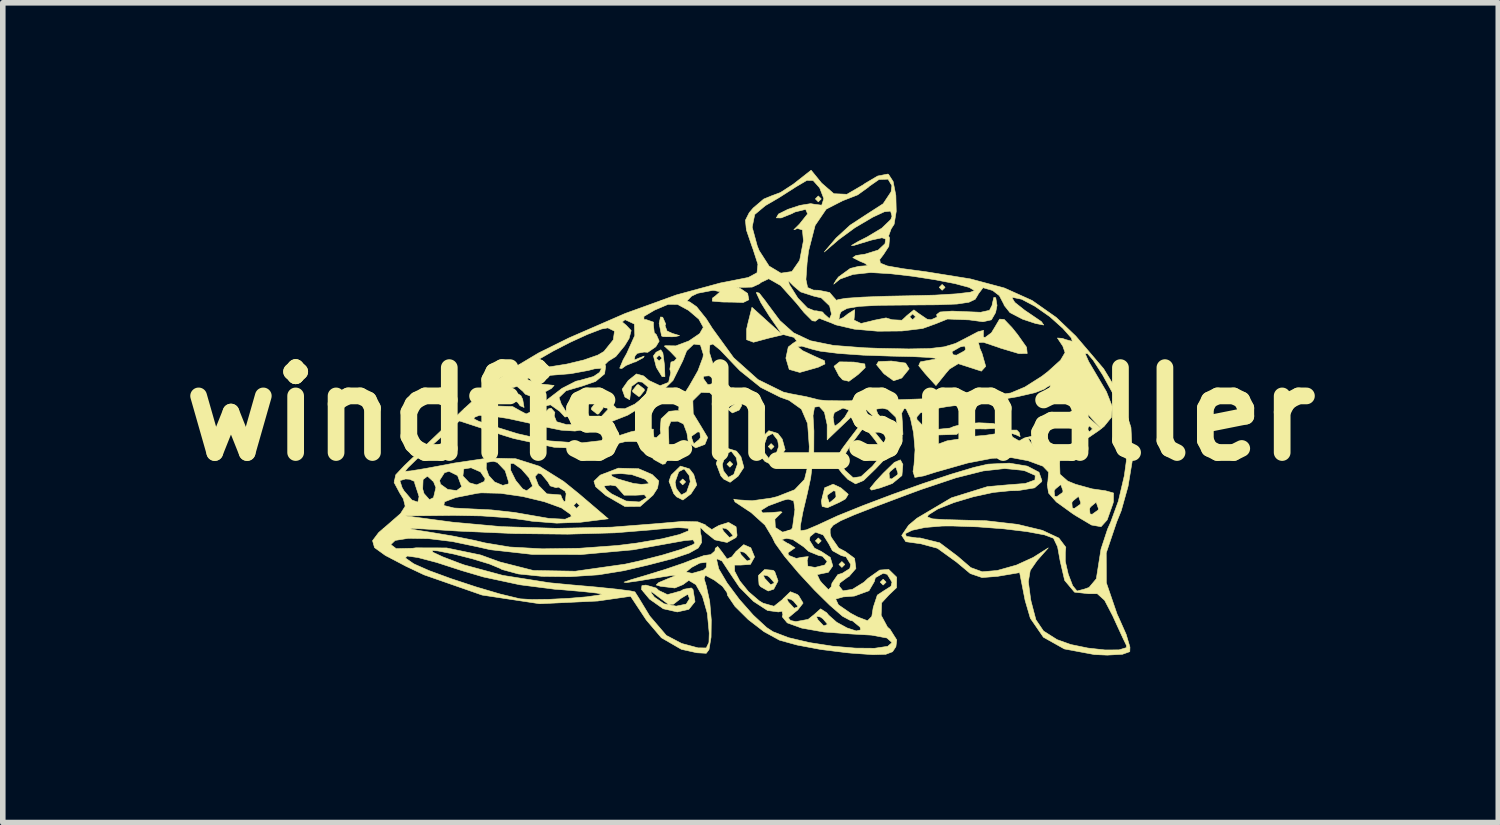
<source format=kicad_pcb>
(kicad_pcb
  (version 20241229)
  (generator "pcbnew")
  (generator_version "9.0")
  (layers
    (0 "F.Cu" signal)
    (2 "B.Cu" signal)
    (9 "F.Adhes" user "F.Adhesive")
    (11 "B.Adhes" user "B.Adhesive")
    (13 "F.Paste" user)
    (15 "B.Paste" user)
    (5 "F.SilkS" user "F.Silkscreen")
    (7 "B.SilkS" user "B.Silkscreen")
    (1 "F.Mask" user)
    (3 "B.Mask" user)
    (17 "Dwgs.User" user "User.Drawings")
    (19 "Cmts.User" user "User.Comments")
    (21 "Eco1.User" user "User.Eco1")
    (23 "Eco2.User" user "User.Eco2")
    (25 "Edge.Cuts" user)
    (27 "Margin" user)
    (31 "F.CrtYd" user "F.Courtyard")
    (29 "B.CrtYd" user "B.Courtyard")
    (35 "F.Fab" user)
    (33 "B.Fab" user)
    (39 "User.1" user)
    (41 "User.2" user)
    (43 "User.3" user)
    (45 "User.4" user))
  (footprint "windfisch_smaller"
    (layer "F.Cu")
    (at 10.421 4.383)
    (property "Reference" "windfisch_smaller" (at 0 0 180) (layer "F.SilkS") (effects (font (size 1.524 1.524) (thickness 0.3))))
    (attr through_hole)
    (fp_poly (pts (xy -1.164 1.217) (xy -1.217 1.27) (xy -1.27 1.217) (xy -1.217 1.164) (xy -1.164 1.217)) (stroke (width 0.01) (type solid)) (fill yes) (layer "F.SilkS"))
    (fp_poly (pts (xy -0.318 0.9) (xy -0.37 0.953) (xy -0.423 0.9) (xy -0.37 0.847) (xy -0.318 0.9)) (stroke (width 0.01) (type solid)) (fill yes) (layer "F.SilkS"))
    (fp_poly (pts (xy 0.423 0.582) (xy 0.37 0.635) (xy 0.318 0.582) (xy 0.37 0.529) (xy 0.423 0.582)) (stroke (width 0.01) (type solid)) (fill yes) (layer "F.SilkS"))
    (fp_poly (pts (xy 1.27 -3.863) (xy 1.217 -3.81) (xy 1.164 -3.863) (xy 1.217 -3.916) (xy 1.27 -3.863)) (stroke (width 0.01) (type solid)) (fill yes) (layer "F.SilkS"))
    (fp_poly (pts (xy 1.27 2.275) (xy 1.217 2.328) (xy 1.164 2.275) (xy 1.217 2.222) (xy 1.27 2.275)) (stroke (width 0.01) (type solid)) (fill yes) (layer "F.SilkS"))
    (fp_poly (pts (xy 1.693 2.699) (xy 1.64 2.752) (xy 1.587 2.699) (xy 1.64 2.646) (xy 1.693 2.699)) (stroke (width 0.01) (type solid)) (fill yes) (layer "F.SilkS"))
    (fp_poly (pts (xy 2.434 3.016) (xy 2.381 3.069) (xy 2.328 3.016) (xy 2.381 2.963) (xy 2.434 3.016)) (stroke (width 0.01) (type solid)) (fill yes) (layer "F.SilkS"))
    (fp_poly (pts (xy 3.281 0.476) (xy 3.228 0.529) (xy 3.175 0.476) (xy 3.228 0.423) (xy 3.281 0.476)) (stroke (width 0.01) (type solid)) (fill yes) (layer "F.SilkS"))
    (fp_poly (pts (xy 3.493 -2.275) (xy 3.44 -2.223) (xy 3.387 -2.275) (xy 3.44 -2.328) (xy 3.493 -2.275)) (stroke (width 0.01) (type solid)) (fill yes) (layer "F.SilkS"))
    (fp_poly (pts (xy -2.649 -0.131) (xy -2.646 -0.106) (xy -2.726 -0.003) (xy -2.752 0) (xy -2.854 -0.081) (xy -2.857 -0.106) (xy -2.777 -0.209) (xy -2.752 -0.212) (xy -2.649 -0.131)) (stroke (width 0.01) (type solid)) (fill yes) (layer "F.SilkS"))
    (fp_poly (pts (xy -1.908 -0.449) (xy -1.905 -0.423) (xy -1.986 -0.321) (xy -2.011 -0.318) (xy -2.114 -0.398) (xy -2.117 -0.423) (xy -2.036 -0.526) (xy -2.011 -0.529) (xy -1.908 -0.449)) (stroke (width 0.01) (type solid)) (fill yes) (layer "F.SilkS"))
    (fp_poly (pts (xy 1.855 -0.934) (xy 2.052 -0.9) (xy 2.059 -0.834) (xy 1.933 -0.712) (xy 1.767 -0.589) (xy 1.655 -0.615) (xy 1.588 -0.688) (xy 1.499 -0.859) (xy 1.598 -0.938) (xy 1.855 -0.934)) (stroke (width 0.01) (type solid)) (fill yes) (layer "F.SilkS"))
    (fp_poly (pts (xy -4.121 -0.331) (xy -4.089 -0.265) (xy -4.064 -0.119) (xy -4.136 -0.15) (xy -4.181 -0.213) (xy -4.314 -0.269) (xy -4.363 -0.25) (xy -4.427 -0.245) (xy -4.402 -0.301) (xy -4.256 -0.417) (xy -4.121 -0.331)) (stroke (width 0.01) (type solid)) (fill yes) (layer "F.SilkS"))
    (fp_poly (pts (xy 2.784 -0.916) (xy 2.848 -0.812) (xy 2.715 -0.648) (xy 2.569 -0.599) (xy 2.4 -0.721) (xy 2.381 -0.741) (xy 2.262 -0.887) (xy 2.297 -0.943) (xy 2.514 -0.952) (xy 2.524 -0.953) (xy 2.784 -0.916)) (stroke (width 0.01) (type solid)) (fill yes) (layer "F.SilkS"))
    (fp_poly (pts (xy -1.576 -1.739) (xy -1.522 -1.617) (xy -1.534 -1.588) (xy -1.498 -1.492) (xy -1.404 -1.449) (xy -1.273 -1.409) (xy -1.348 -1.392) (xy -1.402 -1.388) (xy -1.564 -1.39) (xy -1.596 -1.402) (xy -1.64 -1.629) (xy -1.615 -1.744) (xy -1.576 -1.739)) (stroke (width 0.01) (type solid)) (fill yes) (layer "F.SilkS"))
    (fp_poly (pts (xy -1.573 -1.099) (xy -1.546 -0.894) (xy -1.543 -0.873) (xy -1.536 -0.672) (xy -1.587 -0.672) (xy -1.69 -0.84) (xy -1.732 -1.005) (xy -1.693 -1.005) (xy -1.64 -0.953) (xy -1.587 -1.005) (xy -1.64 -1.058) (xy -1.693 -1.005) (xy -1.732 -1.005) (xy -1.742 -1.046) (xy -1.694 -1.111) (xy -1.61 -1.154) (xy -1.573 -1.099)) (stroke (width 0.01) (type solid)) (fill yes) (layer "F.SilkS"))
    (fp_poly (pts (xy 0.406 2.803) (xy 0.435 2.827) (xy 0.495 2.994) (xy 0.417 3.142) (xy 0.318 3.175) (xy 0.182 3.098) (xy 0.153 3.06) (xy 0.141 2.899) (xy 0.152 2.888) (xy 0.229 2.888) (xy 0.254 2.947) (xy 0.361 3.061) (xy 0.422 3.037) (xy 0.423 3.022) (xy 0.348 2.933) (xy 0.301 2.9) (xy 0.229 2.888) (xy 0.152 2.888) (xy 0.253 2.79) (xy 0.406 2.803)) (stroke (width 0.01) (type solid)) (fill yes) (layer "F.SilkS"))
    (fp_poly (pts (xy 5.699 -0.258) (xy 5.874 -0.106) (xy 6.294 0.262) (xy 6.255 0.293) (xy 6.054 0.43) (xy 5.976 0.438) (xy 5.977 0.34) (xy 5.959 0.265) (xy 6.032 0.265) (xy 6.085 0.318) (xy 6.138 0.265) (xy 6.085 0.212) (xy 6.032 0.265) (xy 5.959 0.265) (xy 5.931 0.149) (xy 5.779 -0.098) (xy 5.729 -0.159) (xy 5.588 -0.323) (xy 5.575 -0.358) (xy 5.699 -0.258)) (stroke (width 0.01) (type solid)) (fill yes) (layer "F.SilkS"))
    (fp_poly (pts (xy 1.623 1.324) (xy 1.755 1.439) (xy 1.706 1.521) (xy 1.603 1.579) (xy 1.381 1.68) (xy 1.286 1.657) (xy 1.272 1.561) (xy 1.291 1.482) (xy 1.376 1.482) (xy 1.412 1.585) (xy 1.423 1.587) (xy 1.513 1.513) (xy 1.535 1.482) (xy 1.526 1.384) (xy 1.488 1.376) (xy 1.38 1.453) (xy 1.376 1.482) (xy 1.291 1.482) (xy 1.331 1.322) (xy 1.483 1.258) (xy 1.623 1.324)) (stroke (width 0.01) (type solid)) (fill yes) (layer "F.SilkS"))
    (fp_poly (pts (xy -1.097 0.982) (xy -1.019 1.083) (xy -0.965 1.273) (xy -1.069 1.432) (xy -1.213 1.542) (xy -1.327 1.485) (xy -1.379 1.425) (xy -1.457 1.22) (xy -1.353 1.22) (xy -1.333 1.333) (xy -1.243 1.451) (xy -1.147 1.401) (xy -1.081 1.214) (xy -1.101 1.101) (xy -1.191 0.983) (xy -1.288 1.034) (xy -1.353 1.22) (xy -1.457 1.22) (xy -1.463 1.205) (xy -1.423 1.094) (xy -1.258 0.933) (xy -1.097 0.982)) (stroke (width 0.01) (type solid)) (fill yes) (layer "F.SilkS"))
    (fp_poly (pts (xy -0.251 0.665) (xy -0.172 0.765) (xy -0.119 0.956) (xy -0.223 1.115) (xy -0.366 1.224) (xy -0.48 1.167) (xy -0.532 1.108) (xy -0.61 0.902) (xy -0.506 0.902) (xy -0.487 1.016) (xy -0.396 1.134) (xy -0.3 1.083) (xy -0.234 0.897) (xy -0.254 0.783) (xy -0.345 0.665) (xy -0.441 0.716) (xy -0.506 0.902) (xy -0.61 0.902) (xy -0.616 0.888) (xy -0.576 0.777) (xy -0.411 0.615) (xy -0.251 0.665)) (stroke (width 0.01) (type solid)) (fill yes) (layer "F.SilkS"))
    (fp_poly (pts (xy 0.49 0.347) (xy 0.569 0.448) (xy 0.622 0.638) (xy 0.518 0.797) (xy 0.375 0.907) (xy 0.261 0.85) (xy 0.209 0.79) (xy 0.13 0.585) (xy 0.234 0.585) (xy 0.254 0.699) (xy 0.345 0.816) (xy 0.441 0.766) (xy 0.506 0.579) (xy 0.487 0.466) (xy 0.396 0.348) (xy 0.3 0.399) (xy 0.234 0.585) (xy 0.13 0.585) (xy 0.125 0.57) (xy 0.165 0.459) (xy 0.329 0.298) (xy 0.49 0.347)) (stroke (width 0.01) (type solid)) (fill yes) (layer "F.SilkS"))
    (fp_poly (pts (xy 2.735 0.903) (xy 2.718 1.103) (xy 2.546 1.245) (xy 2.328 1.324) (xy 2.172 1.364) (xy 2.143 1.335) (xy 2.249 1.205) (xy 2.381 1.063) (xy 2.386 1.058) (xy 2.487 1.058) (xy 2.495 1.156) (xy 2.534 1.164) (xy 2.642 1.087) (xy 2.646 1.058) (xy 2.61 0.955) (xy 2.599 0.953) (xy 2.509 1.027) (xy 2.487 1.058) (xy 2.386 1.058) (xy 2.583 0.866) (xy 2.69 0.821) (xy 2.735 0.903)) (stroke (width 0.01) (type solid)) (fill yes) (layer "F.SilkS"))
    (fp_poly (pts (xy 2.285 0.391) (xy 2.524 0.688) (xy 2.248 0.979) (xy 2.03 1.191) (xy 1.886 1.252) (xy 1.749 1.172) (xy 1.646 1.065) (xy 1.548 0.936) (xy 1.651 0.936) (xy 1.699 1.012) (xy 1.843 1.142) (xy 1.983 1.122) (xy 2.181 0.942) (xy 2.196 0.926) (xy 2.342 0.748) (xy 2.346 0.62) (xy 2.229 0.457) (xy 2.041 0.225) (xy 1.806 0.542) (xy 1.66 0.779) (xy 1.651 0.936) (xy 1.548 0.936) (xy 1.541 0.928) (xy 1.536 0.803) (xy 1.645 0.622) (xy 1.753 0.476) (xy 2.046 0.093) (xy 2.285 0.391)) (stroke (width 0.01) (type solid)) (fill yes) (layer "F.SilkS"))
    (fp_poly (pts (xy -1.692 3.122) (xy -1.646 3.166) (xy -1.49 3.24) (xy -1.25 3.174) (xy -1.198 3.144) (xy -1.062 3.12) (xy -1.032 3.147) (xy -0.996 3.366) (xy -1.107 3.504) (xy -1.314 3.551) (xy -1.566 3.494) (xy -1.809 3.323) (xy -1.815 3.317) (xy -1.93 3.179) (xy -1.787 3.179) (xy -1.779 3.214) (xy -1.724 3.286) (xy -1.553 3.404) (xy -1.335 3.447) (xy -1.154 3.41) (xy -1.094 3.314) (xy -1.125 3.232) (xy -1.251 3.309) (xy -1.384 3.413) (xy -1.476 3.412) (xy -1.63 3.297) (xy -1.651 3.281) (xy -1.787 3.179) (xy -1.93 3.179) (xy -1.957 3.147) (xy -1.949 3.078) (xy -1.877 3.069) (xy -1.692 3.122)) (stroke (width 0.01) (type solid)) (fill yes) (layer "F.SilkS"))
    (fp_poly (pts (xy -2.009 0.98) (xy -1.764 1.085) (xy -1.646 1.2) (xy -1.668 1.328) (xy -1.75 1.455) (xy -1.979 1.656) (xy -2.254 1.659) (xy -2.591 1.464) (xy -2.592 1.464) (xy -2.778 1.304) (xy -2.783 1.29) (xy -2.632 1.29) (xy -2.584 1.361) (xy -2.493 1.432) (xy -2.235 1.56) (xy -1.994 1.577) (xy -1.862 1.497) (xy -1.905 1.447) (xy -2.067 1.456) (xy -2.268 1.455) (xy -2.328 1.388) (xy -2.415 1.29) (xy -2.514 1.273) (xy -2.632 1.29) (xy -2.783 1.29) (xy -2.81 1.205) (xy -2.705 1.103) (xy -2.692 1.093) (xy -2.655 1.079) (xy -2.505 1.079) (xy -2.483 1.118) (xy -2.381 1.164) (xy -2.103 1.244) (xy -1.958 1.261) (xy -1.819 1.249) (xy -1.876 1.183) (xy -1.905 1.164) (xy -2.133 1.085) (xy -2.328 1.067) (xy -2.505 1.079) (xy -2.655 1.079) (xy -2.372 0.97) (xy -2.009 0.98)) (stroke (width 0.01) (type solid)) (fill yes) (layer "F.SilkS"))
    (fp_poly (pts (xy 0.156 -2.172) (xy 0.275 -2.02) (xy 0.294 -1.992) (xy 0.528 -1.678) (xy 0.773 -1.459) (xy 1.076 -1.317) (xy 1.482 -1.234) (xy 2.036 -1.191) (xy 2.301 -1.181) (xy 2.839 -1.17) (xy 3.215 -1.177) (xy 3.479 -1.208) (xy 3.681 -1.269) (xy 3.87 -1.366) (xy 3.871 -1.367) (xy 4.085 -1.479) (xy 4.184 -1.503) (xy 4.181 -1.482) (xy 4.179 -1.384) (xy 4.211 -1.376) (xy 4.325 -1.46) (xy 4.402 -1.588) (xy 4.471 -1.705) (xy 4.554 -1.699) (xy 4.695 -1.551) (xy 4.793 -1.429) (xy 4.955 -1.2) (xy 4.967 -1.088) (xy 4.817 -1.086) (xy 4.492 -1.183) (xy 4.428 -1.206) (xy 4.181 -1.289) (xy 4.091 -1.284) (xy 4.119 -1.174) (xy 4.154 -1.095) (xy 4.222 -0.857) (xy 4.144 -0.771) (xy 3.925 -0.842) (xy 3.92 -0.844) (xy 3.729 -0.905) (xy 3.573 -0.81) (xy 3.512 -0.739) (xy 3.329 -0.512) (xy 3.136 -0.725) (xy 3.019 -0.87) (xy 3.049 -0.938) (xy 3.256 -0.976) (xy 3.298 -0.981) (xy 3.345 -1) (xy 3.207 -1.017) (xy 2.912 -1.032) (xy 2.52 -1.041) (xy 2.023 -1.058) (xy 1.58 -1.089) (xy 1.339 -1.119) (xy 3.614 -1.119) (xy 3.639 -1.064) (xy 3.698 -1.058) (xy 3.841 -1.135) (xy 3.862 -1.163) (xy 3.845 -1.223) (xy 3.763 -1.205) (xy 3.614 -1.119) (xy 1.339 -1.119) (xy 1.25 -1.13) (xy 1.118 -1.162) (xy 0.922 -1.22) (xy 0.847 -1.212) (xy 0.933 -1.14) (xy 1.138 -1.044) (xy 1.329 -0.958) (xy 1.337 -0.9) (xy 1.217 -0.842) (xy 0.885 -0.748) (xy 0.695 -0.802) (xy 0.635 -1.005) (xy 0.678 -1.204) (xy 0.762 -1.27) (xy 0.83 -1.313) (xy 0.782 -1.377) (xy 0.591 -1.427) (xy 0.332 -1.365) (xy 0.053 -1.29) (xy -0.07 -1.336) (xy -0.07 -1.525) (xy -0.045 -1.634) (xy 0.026 -1.917) (xy 0.296 -1.673) (xy 0.567 -1.429) (xy 0.336 -1.763) (xy 0.187 -2) (xy 0.11 -2.166) (xy 0.107 -2.186) (xy 0.156 -2.172)) (stroke (width 0.01) (type solid)) (fill yes) (layer "F.SilkS"))
    (fp_poly (pts (xy 1.276 -4.147) (xy 1.496 -3.956) (xy 1.731 -3.946) (xy 2.027 -4.118) (xy 2.053 -4.138) (xy 2.283 -4.274) (xy 2.465 -4.309) (xy 2.476 -4.305) (xy 2.56 -4.176) (xy 2.609 -3.925) (xy 2.616 -3.64) (xy 2.578 -3.408) (xy 2.524 -3.324) (xy 2.479 -3.199) (xy 2.496 -3.161) (xy 2.483 -3.012) (xy 2.388 -2.865) (xy 2.319 -2.774) (xy 2.331 -2.71) (xy 2.455 -2.66) (xy 2.725 -2.612) (xy 3.172 -2.552) (xy 3.176 -2.551) (xy 3.947 -2.427) (xy 4.556 -2.264) (xy 5.054 -2.04) (xy 5.488 -1.735) (xy 5.839 -1.4) (xy 6.338 -0.815) (xy 6.663 -0.281) (xy 6.829 0.241) (xy 6.856 0.787) (xy 6.85 0.854) (xy 6.777 1.296) (xy 6.654 1.735) (xy 6.572 1.937) (xy 6.385 2.492) (xy 6.387 3.027) (xy 6.581 3.593) (xy 6.609 3.652) (xy 6.743 3.954) (xy 6.811 4.183) (xy 6.808 4.264) (xy 6.676 4.311) (xy 6.404 4.326) (xy 6.173 4.316) (xy 5.633 4.215) (xy 5.258 4.005) (xy 5.023 3.664) (xy 4.929 3.344) (xy 4.831 2.845) (xy 4.434 2.912) (xy 4.156 2.934) (xy 3.945 2.862) (xy 3.702 2.659) (xy 3.696 2.654) (xy 3.355 2.408) (xy 3.06 2.328) (xy 2.788 2.29) (xy 2.714 2.177) (xy 2.736 2.145) (xy 2.779 2.145) (xy 2.797 2.195) (xy 2.985 2.222) (xy 3.044 2.223) (xy 3.396 2.31) (xy 3.714 2.549) (xy 3.954 2.755) (xy 4.16 2.83) (xy 4.427 2.807) (xy 4.432 2.806) (xy 4.773 2.71) (xy 5.071 2.574) (xy 5.08 2.569) (xy 5.345 2.401) (xy 5.142 2.631) (xy 5.021 2.806) (xy 4.987 3.008) (xy 5.028 3.32) (xy 5.036 3.361) (xy 5.123 3.692) (xy 5.259 3.893) (xy 5.498 4.045) (xy 5.503 4.048) (xy 5.75 4.136) (xy 6.056 4.199) (xy 6.363 4.233) (xy 6.613 4.232) (xy 6.746 4.192) (xy 6.749 4.154) (xy 6.683 4.017) (xy 6.565 3.761) (xy 6.502 3.622) (xy 6.356 3.342) (xy 6.225 3.224) (xy 6.071 3.224) (xy 5.816 3.196) (xy 5.639 2.985) (xy 5.559 2.641) (xy 5.512 2.382) (xy 5.439 2.228) (xy 5.279 2.168) (xy 4.962 2.109) (xy 4.544 2.059) (xy 4.08 2.024) (xy 3.626 2.008) (xy 3.44 2.009) (xy 3.131 2.035) (xy 2.901 2.085) (xy 2.779 2.145) (xy 2.736 2.145) (xy 2.838 1.995) (xy 2.988 1.869) (xy 3.606 1.503) (xy 4.251 1.302) (xy 4.61 1.27) (xy 4.932 1.245) (xy 5.105 1.182) (xy 5.111 1.1) (xy 4.93 1.02) (xy 4.878 1.008) (xy 4.562 0.977) (xy 4.178 1.02) (xy 3.689 1.143) (xy 3.06 1.354) (xy 2.805 1.448) (xy 2.25 1.657) (xy 1.864 1.807) (xy 1.618 1.914) (xy 1.483 1.995) (xy 1.43 2.064) (xy 1.43 2.139) (xy 1.447 2.207) (xy 1.583 2.404) (xy 1.703 2.467) (xy 1.868 2.589) (xy 1.892 2.771) (xy 1.766 2.917) (xy 1.746 2.925) (xy 1.606 3.029) (xy 1.587 3.08) (xy 1.659 3.172) (xy 1.83 3.145) (xy 2.037 3.017) (xy 2.107 2.95) (xy 2.32 2.799) (xy 2.481 2.788) (xy 2.624 2.928) (xy 2.621 3.116) (xy 2.487 3.243) (xy 2.354 3.387) (xy 2.345 3.611) (xy 2.459 3.823) (xy 2.504 3.862) (xy 2.625 4.054) (xy 2.61 4.174) (xy 2.55 4.265) (xy 2.429 4.311) (xy 2.2 4.318) (xy 1.815 4.291) (xy 1.72 4.282) (xy 1.263 4.225) (xy 0.837 4.145) (xy 0.528 4.06) (xy 0.514 4.054) (xy 0.242 3.905) (xy -0.041 3.687) (xy -0.278 3.452) (xy -0.412 3.254) (xy -0.423 3.201) (xy -0.503 3.09) (xy -0.65 2.979) (xy -0.81 2.893) (xy -0.833 2.954) (xy -0.793 3.085) (xy -0.732 3.365) (xy -0.704 3.694) (xy -0.708 4.005) (xy -0.745 4.227) (xy -0.794 4.293) (xy -0.961 4.284) (xy -1.223 4.226) (xy -1.244 4.22) (xy -1.6 4.014) (xy -1.87 3.696) (xy -2.152 3.27) (xy -2.743 3.355) (xy -3.784 3.404) (xy -4.818 3.248) (xy -5.859 2.885) (xy -6.184 2.731) (xy -6.469 2.581) (xy -6.196 2.581) (xy -6.052 2.682) (xy -6.03 2.694) (xy -5.767 2.81) (xy -5.374 2.954) (xy -4.925 3.102) (xy -4.495 3.229) (xy -4.159 3.31) (xy -4.128 3.316) (xy -3.921 3.328) (xy -3.606 3.324) (xy -3.254 3.306) (xy -2.935 3.279) (xy -2.719 3.248) (xy -2.67 3.231) (xy -2.754 3.213) (xy -3.002 3.186) (xy -3.368 3.154) (xy -3.517 3.143) (xy -4.142 3.063) (xy -4.794 2.923) (xy -5.178 2.81) (xy -5.632 2.663) (xy -5.966 2.575) (xy -6.16 2.547) (xy -6.196 2.581) (xy -6.469 2.581) (xy -6.554 2.537) (xy -6.749 2.396) (xy -6.764 2.342) (xy -6.456 2.342) (xy -6.359 2.415) (xy -6.066 2.408) (xy -6.006 2.4) (xy -5.455 2.402) (xy -4.843 2.529) (xy -4.498 2.654) (xy -3.896 2.807) (xy -3.144 2.82) (xy -2.25 2.693) (xy -1.998 2.637) (xy -1.577 2.529) (xy -1.239 2.426) (xy -1.034 2.343) (xy -0.997 2.315) (xy -1.031 2.257) (xy -1.182 2.27) (xy -2.108 2.436) (xy -3.037 2.52) (xy -3.91 2.519) (xy -4.669 2.434) (xy -4.904 2.381) (xy -5.353 2.287) (xy -5.78 2.235) (xy -6.137 2.229) (xy -6.378 2.267) (xy -6.456 2.342) (xy -6.764 2.342) (xy -6.784 2.272) (xy -6.675 2.127) (xy -6.599 2.061) (xy -6.103 2.061) (xy -5.944 2.09) (xy -5.768 2.117) (xy -5.35 2.187) (xy -4.956 2.266) (xy -4.763 2.312) (xy -4.323 2.385) (xy -3.738 2.418) (xy -3.071 2.408) (xy -2.385 2.358) (xy -2.042 2.315) (xy -1.588 2.238) (xy -1.274 2.161) (xy -1.113 2.095) (xy -1.116 2.05) (xy -1.296 2.037) (xy -1.667 2.066) (xy -1.746 2.075) (xy -2.435 2.131) (xy -3.281 2.155) (xy -4.233 2.144) (xy -5.239 2.1) (xy -5.45 2.087) (xy -5.866 2.061) (xy -6.08 2.052) (xy -6.103 2.061) (xy -6.599 2.061) (xy -6.508 1.983) (xy -6.282 1.786) (xy -6.198 1.653) (xy -6.201 1.64) (xy -5.505 1.64) (xy -5.323 1.685) (xy -5.08 1.698) (xy -4.654 1.719) (xy -4.236 1.765) (xy -4.075 1.793) (xy -3.618 1.872) (xy -3.327 1.887) (xy -3.217 1.838) (xy -3.227 1.801) (xy -3.392 1.684) (xy -3.512 1.64) (xy -3.175 1.64) (xy -3.122 1.693) (xy -3.069 1.64) (xy -3.122 1.587) (xy -3.175 1.64) (xy -3.512 1.64) (xy -3.702 1.572) (xy -4.089 1.479) (xy -4.489 1.421) (xy -4.832 1.413) (xy -4.905 1.421) (xy -5.289 1.497) (xy -5.492 1.574) (xy -5.505 1.64) (xy -6.201 1.64) (xy -6.231 1.521) (xy -6.296 1.416) (xy -6.397 1.227) (xy -6.39 1.194) (xy -6.294 1.194) (xy -6.254 1.318) (xy -6.22 1.376) (xy -6.078 1.542) (xy -5.971 1.58) (xy -5.949 1.482) (xy -5.968 1.42) (xy -5.993 1.344) (xy -5.884 1.344) (xy -5.86 1.426) (xy -5.763 1.535) (xy -5.69 1.499) (xy -5.647 1.319) (xy -5.689 1.214) (xy -5.716 1.189) (xy -5.581 1.189) (xy -5.564 1.258) (xy -5.434 1.352) (xy -5.274 1.372) (xy -5.188 1.307) (xy -5.187 1.296) (xy -5.255 1.111) (xy -5.162 1.111) (xy -5.047 1.232) (xy -4.915 1.27) (xy -4.778 1.209) (xy -4.763 1.161) (xy -4.845 1.038) (xy -4.988 0.975) (xy -4.744 0.975) (xy -4.698 1.103) (xy -4.594 1.218) (xy -4.446 1.279) (xy -4.346 1.253) (xy -4.339 1.226) (xy -4.403 1.016) (xy -4.527 0.885) (xy -4.307 0.885) (xy -4.305 1.008) (xy -4.214 1.191) (xy -4.09 1.341) (xy -4.018 1.376) (xy -3.918 1.299) (xy -3.916 1.278) (xy -3.977 1.14) (xy -3.993 1.122) (xy -3.867 1.122) (xy -3.806 1.278) (xy -3.656 1.431) (xy -3.537 1.44) (xy -3.406 1.451) (xy -3.387 1.503) (xy -3.347 1.574) (xy -3.323 1.559) (xy -3.309 1.426) (xy -3.33 1.381) (xy -3.45 1.309) (xy -3.489 1.321) (xy -3.595 1.288) (xy -3.637 1.216) (xy -3.751 1.077) (xy -3.81 1.058) (xy -3.867 1.122) (xy -3.993 1.122) (xy -4.113 0.985) (xy -4.251 0.886) (xy -4.307 0.885) (xy -4.527 0.885) (xy -4.545 0.867) (xy -4.615 0.847) (xy -4.74 0.867) (xy -4.744 0.975) (xy -4.988 0.975) (xy -5.015 0.963) (xy -5.148 0.985) (xy -5.162 1.111) (xy -5.255 1.111) (xy -5.258 1.103) (xy -5.411 1.027) (xy -5.493 1.052) (xy -5.581 1.189) (xy -5.716 1.189) (xy -5.798 1.114) (xy -5.877 1.174) (xy -5.884 1.344) (xy -5.993 1.344) (xy -6.024 1.251) (xy -6.032 1.208) (xy -6.119 1.169) (xy -6.192 1.164) (xy -6.294 1.194) (xy -6.39 1.194) (xy -6.368 1.09) (xy -6.31 1.028) (xy -6.201 1.028) (xy -6.096 1.019) (xy -5.834 0.976) (xy -5.462 0.907) (xy -5.313 0.878) (xy -4.701 0.788) (xy -4.214 0.801) (xy -3.788 0.936) (xy -3.354 1.208) (xy -3.076 1.433) (xy -2.553 1.879) (xy -3.049 1.941) (xy -3.479 1.957) (xy -3.926 1.922) (xy -4.022 1.905) (xy -4.367 1.859) (xy -4.828 1.827) (xy -5.31 1.818) (xy -5.345 1.818) (xy -6.191 1.827) (xy -5.345 1.94) (xy -4.467 2.02) (xy -3.483 2.05) (xy -2.493 2.029) (xy -1.682 1.966) (xy -1.227 1.927) (xy -0.948 1.933) (xy -0.812 1.986) (xy -0.799 2.002) (xy -0.695 2.072) (xy -0.641 2.041) (xy -0.512 2.041) (xy -0.486 2.1) (xy -0.38 2.214) (xy -0.319 2.191) (xy -0.318 2.176) (xy -0.393 2.086) (xy -0.44 2.054) (xy -0.512 2.041) (xy -0.641 2.041) (xy -0.568 1.999) (xy -0.394 1.944) (xy -0.259 2.022) (xy -0.241 2.177) (xy -0.261 2.216) (xy -0.42 2.304) (xy -0.64 2.257) (xy -0.815 2.117) (xy -0.903 2.027) (xy -0.901 2.117) (xy -0.885 2.185) (xy -0.877 2.304) (xy -0.939 2.404) (xy -1.101 2.495) (xy -1.391 2.593) (xy -1.839 2.709) (xy -2.275 2.811) (xy -2.732 2.885) (xy -3.241 2.918) (xy -3.74 2.912) (xy -4.167 2.869) (xy -4.46 2.789) (xy -4.498 2.768) (xy -4.683 2.691) (xy -4.988 2.598) (xy -5.326 2.512) (xy -5.609 2.456) (xy -5.715 2.447) (xy -5.702 2.479) (xy -5.524 2.562) (xy -5.218 2.679) (xy -5.133 2.709) (xy -4.445 2.895) (xy -3.61 3.027) (xy -3.247 3.062) (xy -2.78 3.103) (xy -2.4 3.142) (xy -2.151 3.174) (xy -2.075 3.191) (xy -2.008 3.296) (xy -1.874 3.517) (xy -1.809 3.624) (xy -1.51 3.973) (xy -1.235 4.117) (xy -0.94 4.196) (xy -0.794 4.197) (xy -0.746 4.098) (xy -0.741 3.932) (xy -0.775 3.575) (xy -0.862 3.271) (xy -0.98 3.061) (xy -1.108 2.984) (xy -1.211 3.06) (xy -1.359 3.121) (xy -1.617 3.09) (xy -1.693 3.067) (xy -1.648 3.024) (xy -1.482 2.954) (xy -1.346 2.9) (xy -1.397 2.894) (xy -1.587 2.923) (xy -2.008 2.993) (xy -2.232 3.024) (xy -2.27 3.016) (xy -2.133 2.969) (xy -1.905 2.902) (xy -1.683 2.834) (xy -1.158 2.834) (xy -1.062 2.856) (xy -1.038 2.856) (xy -0.847 2.802) (xy -0.794 2.752) (xy -0.785 2.658) (xy -0.911 2.674) (xy -1.058 2.752) (xy -1.158 2.834) (xy -1.683 2.834) (xy -1.53 2.787) (xy -1.199 2.674) (xy -1.058 2.619) (xy -1.05 2.616) (xy -0.607 2.616) (xy -0.57 2.777) (xy -0.42 3.031) (xy -0.2 3.326) (xy 0.051 3.61) (xy 0.29 3.831) (xy 0.404 3.906) (xy 0.684 4.013) (xy 1.058 4.101) (xy 1.473 4.165) (xy 1.88 4.2) (xy 2.227 4.203) (xy 2.463 4.168) (xy 2.54 4.101) (xy 2.45 4.019) (xy 2.171 3.967) (xy 1.818 3.947) (xy 1.317 3.911) (xy 0.92 3.841) (xy 0.66 3.747) (xy 0.569 3.637) (xy 0.581 3.6) (xy 0.566 3.537) (xy 0.501 3.551) (xy 0.306 3.525) (xy 0.055 3.362) (xy -0.198 3.108) (xy -0.39 2.822) (xy -0.511 2.637) (xy -0.596 2.598) (xy -0.607 2.616) (xy -1.05 2.616) (xy -0.835 2.539) (xy -0.714 2.522) (xy -0.639 2.457) (xy -0.632 2.408) (xy -0.589 2.376) (xy -0.517 2.468) (xy -0.421 2.601) (xy -0.334 2.561) (xy -0.262 2.468) (xy -0.258 2.465) (xy -0.195 2.465) (xy -0.169 2.524) (xy -0.062 2.637) (xy -0.001 2.614) (xy 0 2.599) (xy -0.075 2.51) (xy -0.122 2.477) (xy -0.195 2.465) (xy -0.258 2.465) (xy -0.122 2.343) (xy 0.005 2.398) (xy 0.073 2.564) (xy -0.001 2.697) (xy -0.169 2.709) (xy -0.169 2.709) (xy -0.286 2.709) (xy -0.285 2.819) (xy -0.193 2.993) (xy -0.037 3.186) (xy 0.157 3.352) (xy 0.226 3.394) (xy 0.422 3.449) (xy 0.575 3.327) (xy 0.584 3.316) (xy 0.588 3.311) (xy 0.652 3.311) (xy 0.678 3.37) (xy 0.784 3.484) (xy 0.846 3.461) (xy 0.847 3.446) (xy 0.771 3.356) (xy 0.724 3.324) (xy 0.652 3.311) (xy 0.588 3.311) (xy 0.716 3.188) (xy 0.84 3.237) (xy 0.866 3.261) (xy 0.944 3.392) (xy 0.847 3.517) (xy 0.813 3.543) (xy 0.679 3.655) (xy 0.718 3.704) (xy 0.813 3.725) (xy 1.035 3.684) (xy 1.104 3.629) (xy 1.181 3.629) (xy 1.207 3.688) (xy 1.314 3.801) (xy 1.375 3.778) (xy 1.376 3.763) (xy 1.301 3.674) (xy 1.254 3.641) (xy 1.181 3.629) (xy 1.104 3.629) (xy 1.138 3.602) (xy 1.258 3.495) (xy 1.367 3.565) (xy 1.403 3.609) (xy 1.547 3.736) (xy 1.733 3.838) (xy 1.898 3.892) (xy 1.98 3.873) (xy 1.965 3.821) (xy 1.831 3.711) (xy 1.793 3.704) (xy 1.653 3.629) (xy 1.424 3.431) (xy 1.31 3.319) (xy 1.529 3.319) (xy 1.578 3.423) (xy 1.797 3.574) (xy 1.923 3.641) (xy 2.101 3.709) (xy 2.177 3.632) (xy 2.203 3.47) (xy 2.276 3.249) (xy 2.388 3.175) (xy 2.522 3.09) (xy 2.54 3.016) (xy 2.455 2.876) (xy 2.381 2.857) (xy 2.241 2.936) (xy 2.223 3.005) (xy 2.126 3.171) (xy 1.865 3.266) (xy 1.664 3.281) (xy 1.529 3.319) (xy 1.31 3.319) (xy 1.146 3.157) (xy 0.862 2.85) (xy 0.613 2.555) (xy 0.441 2.316) (xy 0.411 2.252) (xy 0.557 2.252) (xy 0.659 2.316) (xy 0.688 2.328) (xy 0.8 2.4) (xy 0.761 2.427) (xy 0.672 2.49) (xy 0.685 2.535) (xy 0.822 2.59) (xy 0.92 2.57) (xy 1.037 2.557) (xy 1.017 2.628) (xy 1.029 2.729) (xy 1.158 2.752) (xy 1.333 2.708) (xy 1.376 2.646) (xy 1.291 2.55) (xy 1.23 2.54) (xy 1.045 2.465) (xy 0.953 2.381) (xy 0.778 2.263) (xy 1.058 2.263) (xy 1.147 2.405) (xy 1.27 2.465) (xy 1.432 2.572) (xy 1.477 2.725) (xy 1.397 2.84) (xy 1.31 2.857) (xy 1.197 2.881) (xy 1.245 2.985) (xy 1.283 3.033) (xy 1.399 3.152) (xy 1.448 3.101) (xy 1.463 3.033) (xy 1.568 2.881) (xy 1.648 2.857) (xy 1.782 2.773) (xy 1.799 2.699) (xy 1.714 2.561) (xy 1.631 2.54) (xy 1.47 2.451) (xy 1.406 2.328) (xy 1.305 2.168) (xy 1.166 2.119) (xy 1.068 2.199) (xy 1.058 2.263) (xy 0.778 2.263) (xy 0.759 2.25) (xy 0.648 2.23) (xy 0.557 2.252) (xy 0.411 2.252) (xy 0.389 2.208) (xy 0.259 1.991) (xy 0.011 1.767) (xy -0.048 1.728) (xy 0.188 1.728) (xy 0.217 1.773) (xy 0.37 1.767) (xy 0.55 1.751) (xy 0.566 1.767) (xy 0.556 1.77) (xy 0.438 1.885) (xy 0.446 2.035) (xy 0.571 2.116) (xy 0.582 2.117) (xy 0.661 2.094) (xy 0.894 2.094) (xy 1.004 2.077) (xy 1.218 1.986) (xy 1.234 1.978) (xy 1.565 1.825) (xy 2.021 1.641) (xy 2.547 1.442) (xy 3.089 1.249) (xy 3.594 1.081) (xy 4.008 0.957) (xy 4.263 0.898) (xy 4.646 0.88) (xy 4.967 0.933) (xy 5.178 1.043) (xy 5.231 1.194) (xy 5.225 1.214) (xy 5.098 1.324) (xy 4.808 1.372) (xy 4.654 1.376) (xy 4.357 1.406) (xy 4.003 1.483) (xy 3.651 1.588) (xy 3.362 1.703) (xy 3.194 1.808) (xy 3.175 1.846) (xy 3.269 1.88) (xy 3.501 1.895) (xy 3.572 1.896) (xy 4.23 1.914) (xy 4.794 1.979) (xy 5.238 2.086) (xy 5.535 2.225) (xy 5.66 2.39) (xy 5.651 2.479) (xy 5.65 2.641) (xy 5.703 2.872) (xy 5.783 3.081) (xy 5.861 3.175) (xy 5.862 3.175) (xy 5.989 3.142) (xy 6.077 3.111) (xy 6.207 2.956) (xy 6.244 2.721) (xy 6.291 2.424) (xy 6.409 2.065) (xy 6.466 1.937) (xy 6.603 1.562) (xy 6.71 1.105) (xy 6.745 0.849) (xy 6.764 0.451) (xy 6.72 0.141) (xy 6.592 -0.191) (xy 6.505 -0.369) (xy 6.321 -0.703) (xy 6.15 -0.969) (xy 6.049 -1.087) (xy 6.007 -1.086) (xy 6.07 -0.943) (xy 6.158 -0.794) (xy 6.388 -0.404) (xy 6.494 -0.135) (xy 6.478 0.058) (xy 6.346 0.221) (xy 6.294 0.262) (xy 5.935 -0.13) (xy 5.705 -0.36) (xy 5.554 -0.445) (xy 5.432 -0.41) (xy 5.412 -0.395) (xy 5.302 -0.319) (xy 5.329 -0.396) (xy 5.345 -0.423) (xy 5.392 -0.526) (xy 5.306 -0.475) (xy 5.277 -0.451) (xy 5.107 -0.385) (xy 4.78 -0.31) (xy 4.349 -0.238) (xy 4.034 -0.198) (xy 3.539 -0.136) (xy 3.221 -0.08) (xy 3.048 -0.021) (xy 2.986 0.05) (xy 2.986 0.095) (xy 3.103 0.218) (xy 3.332 0.276) (xy 3.581 0.251) (xy 3.651 0.221) (xy 3.835 0.175) (xy 4.099 0.156) (xy 4.349 0.167) (xy 4.494 0.207) (xy 4.499 0.214) (xy 4.435 0.254) (xy 4.221 0.267) (xy 4.128 0.265) (xy 3.878 0.268) (xy 3.758 0.301) (xy 3.757 0.318) (xy 3.701 0.364) (xy 3.515 0.37) (xy 3.21 0.379) (xy 3.103 0.461) (xy 3.128 0.538) (xy 3.255 0.583) (xy 3.315 0.559) (xy 3.528 0.48) (xy 3.625 0.465) (xy 3.812 0.438) (xy 3.863 0.423) (xy 3.997 0.399) (xy 4.207 0.382) (xy 4.469 0.343) (xy 4.623 0.288) (xy 4.779 0.286) (xy 4.824 0.332) (xy 4.84 0.405) (xy 4.763 0.37) (xy 4.674 0.342) (xy 4.703 0.412) (xy 4.822 0.481) (xy 4.915 0.429) (xy 4.934 0.424) (xy 4.981 0.424) (xy 5.007 0.479) (xy 5.066 0.556) (xy 5.221 0.72) (xy 5.29 0.719) (xy 5.292 0.701) (xy 5.219 0.613) (xy 5.106 0.516) (xy 4.981 0.424) (xy 4.934 0.424) (xy 5.065 0.393) (xy 5.237 0.527) (xy 5.404 0.664) (xy 5.511 0.683) (xy 5.559 0.729) (xy 5.549 0.887) (xy 5.555 1.08) (xy 5.694 1.202) (xy 5.836 1.26) (xy 6.133 1.342) (xy 6.373 1.376) (xy 6.516 1.416) (xy 6.514 1.575) (xy 6.503 1.614) (xy 6.402 1.899) (xy 6.292 2.021) (xy 6.121 1.991) (xy 5.838 1.823) (xy 5.781 1.786) (xy 5.506 1.587) (xy 5.768 1.587) (xy 5.776 1.685) (xy 5.815 1.693) (xy 6.085 1.693) (xy 6.094 1.791) (xy 6.132 1.799) (xy 6.24 1.722) (xy 6.244 1.693) (xy 6.208 1.59) (xy 6.197 1.587) (xy 6.107 1.662) (xy 6.085 1.693) (xy 5.815 1.693) (xy 5.922 1.617) (xy 5.927 1.588) (xy 5.891 1.484) (xy 5.88 1.482) (xy 5.79 1.556) (xy 5.768 1.587) (xy 5.506 1.587) (xy 5.49 1.576) (xy 5.351 1.418) (xy 5.344 1.376) (xy 5.45 1.376) (xy 5.459 1.473) (xy 5.497 1.482) (xy 5.605 1.405) (xy 5.609 1.376) (xy 5.573 1.273) (xy 5.562 1.27) (xy 5.472 1.344) (xy 5.45 1.376) (xy 5.344 1.376) (xy 5.326 1.265) (xy 5.338 1.207) (xy 5.35 1.041) (xy 5.249 0.935) (xy 4.989 0.839) (xy 4.979 0.836) (xy 4.684 0.781) (xy 4.339 0.793) (xy 3.901 0.877) (xy 3.327 1.04) (xy 3.109 1.109) (xy 2.95 1.136) (xy 2.917 1.031) (xy 2.935 0.91) (xy 2.953 0.643) (xy 2.927 0.338) (xy 2.87 0.07) (xy 2.795 -0.089) (xy 2.762 -0.106) (xy 2.714 -0.018) (xy 2.726 0.159) (xy 2.736 0.365) (xy 2.648 0.403) (xy 2.452 0.27) (xy 2.308 0.139) (xy 2.069 -0.089) (xy 2.254 -0.089) (xy 2.284 -0.006) (xy 2.382 0.106) (xy 2.557 0.254) (xy 2.641 0.235) (xy 2.609 0.057) (xy 2.462 -0.085) (xy 2.368 -0.106) (xy 2.254 -0.089) (xy 2.069 -0.089) (xy 2.011 -0.145) (xy 1.376 0.463) (xy 1.376 0.19) (xy 1.346 0.053) (xy 1.482 0.053) (xy 1.503 0.194) (xy 1.522 0.212) (xy 1.613 0.142) (xy 1.693 0.053) (xy 1.767 -0.072) (xy 1.67 -0.106) (xy 1.653 -0.106) (xy 1.505 -0.027) (xy 1.482 0.053) (xy 1.346 0.053) (xy 1.327 -0.035) (xy 1.234 -0.138) (xy 1.149 -0.125) (xy 1.122 0.027) (xy 1.138 0.301) (xy 1.136 0.687) (xy 1.08 1.147) (xy 1.02 1.424) (xy 0.94 1.76) (xy 0.895 2.004) (xy 0.894 2.094) (xy 0.661 2.094) (xy 0.731 2.073) (xy 0.754 2.037) (xy 0.797 1.714) (xy 0.775 1.556) (xy 0.675 1.526) (xy 0.594 1.545) (xy 0.321 1.646) (xy 0.188 1.728) (xy -0.048 1.728) (xy -0.076 1.71) (xy -0.278 1.576) (xy -0.301 1.526) (xy -0.227 1.539) (xy 0.03 1.555) (xy 0.368 1.508) (xy 0.478 1.481) (xy 0.792 1.358) (xy 0.969 1.172) (xy 1.044 0.869) (xy 1.055 0.582) (xy 1.025 0.17) (xy 0.914 -0.089) (xy 0.691 -0.248) (xy 0.534 -0.304) (xy 0.185 -0.479) (xy -0.19 -0.78) (xy -0.304 -0.898) (xy -0.543 -1.15) (xy -0.675 -1.258) (xy -0.73 -1.239) (xy -0.741 -1.117) (xy -0.666 -0.878) (xy -0.474 -0.601) (xy -0.409 -0.531) (xy -0.207 -0.302) (xy -0.157 -0.154) (xy -0.203 -0.073) (xy -0.325 -0.021) (xy -0.469 -0.136) (xy -0.521 -0.202) (xy -0.533 -0.212) (xy -0.423 -0.212) (xy -0.387 -0.109) (xy -0.377 -0.106) (xy -0.286 -0.18) (xy -0.265 -0.212) (xy -0.273 -0.309) (xy -0.311 -0.318) (xy -0.419 -0.241) (xy -0.423 -0.212) (xy -0.533 -0.212) (xy -0.732 -0.384) (xy -0.886 -0.39) (xy -1.035 -0.242) (xy -1.028 -0.009) (xy -0.881 0.232) (xy -0.769 0.42) (xy -0.819 0.544) (xy -0.985 0.606) (xy -1.116 0.51) (xy -1.128 0.423) (xy -1.058 0.423) (xy -1.022 0.526) (xy -1.012 0.529) (xy -0.921 0.455) (xy -0.9 0.423) (xy -0.908 0.326) (xy -0.946 0.318) (xy -1.054 0.394) (xy -1.058 0.423) (xy -1.128 0.423) (xy -1.141 0.34) (xy -1.202 0.177) (xy -1.306 0.127) (xy -1.43 0.131) (xy -1.475 0.246) (xy -1.465 0.493) (xy -1.464 0.776) (xy -1.534 0.892) (xy -1.579 0.9) (xy -1.736 0.813) (xy -1.772 0.741) (xy -1.787 0.641) (xy -1.715 0.726) (xy -1.598 0.803) (xy -1.549 0.764) (xy -1.568 0.646) (xy -1.734 0.548) (xy -1.981 0.491) (xy -2.245 0.493) (xy -2.369 0.524) (xy -2.884 0.625) (xy -3.525 0.595) (xy -4.253 0.437) (xy -4.441 0.379) (xy -5.224 0.122) (xy -5.722 0.564) (xy -5.977 0.795) (xy -6.15 0.963) (xy -6.201 1.028) (xy -6.31 1.028) (xy -6.213 0.925) (xy -6.031 0.752) (xy -5.742 0.476) (xy -5.392 0.142) (xy -5.332 0.086) (xy -4.964 0.086) (xy -4.877 0.129) (xy -4.66 0.203) (xy -4.281 0.321) (xy -4.18 0.352) (xy -3.615 0.48) (xy -3.067 0.52) (xy -2.613 0.468) (xy -2.52 0.439) (xy -2.149 0.318) (xy -1.877 0.26) (xy -1.743 0.271) (xy -1.744 0.313) (xy -1.733 0.414) (xy -1.688 0.423) (xy -1.609 0.348) (xy -1.621 0.277) (xy -1.605 0.085) (xy -1.462 -0.05) (xy -1.336 -0.062) (xy -1.27 -0.062) (xy -1.289 -0.077) (xy -1.28 -0.18) (xy -1.172 -0.391) (xy -1.104 -0.497) (xy -1.021 -0.641) (xy -0.847 -0.641) (xy -0.77 -0.533) (xy -0.741 -0.529) (xy -0.638 -0.565) (xy -0.635 -0.576) (xy -0.709 -0.666) (xy -0.741 -0.688) (xy -0.838 -0.68) (xy -0.847 -0.641) (xy -1.021 -0.641) (xy -0.943 -0.779) (xy -0.853 -1.02) (xy -0.847 -1.073) (xy -0.899 -1.242) (xy -1.018 -1.257) (xy -1.146 -1.136) (xy -1.216 -0.957) (xy -1.391 -0.604) (xy -1.735 -0.267) (xy -2.204 0.019) (xy -2.592 0.172) (xy -2.908 0.265) (xy -3.151 0.304) (xy -3.401 0.288) (xy -3.739 0.219) (xy -3.957 0.165) (xy -4.351 0.079) (xy -4.646 0.033) (xy -3.802 0.033) (xy -3.776 0.096) (xy -3.74 0.026) (xy -3.622 -0.096) (xy -3.578 -0.106) (xy -3.511 -0.03) (xy -3.523 0.032) (xy -3.481 0.136) (xy -3.303 0.188) (xy -3.056 0.185) (xy -2.811 0.125) (xy -2.695 0.062) (xy -2.559 -0.083) (xy -2.604 -0.211) (xy -2.61 -0.216) (xy -2.779 -0.287) (xy -2.907 -0.203) (xy -2.912 -0.017) (xy -2.911 -0.016) (xy -2.884 0.097) (xy -2.97 0.034) (xy -2.979 0.026) (xy -3.051 -0.107) (xy -2.958 -0.259) (xy -2.926 -0.292) (xy -2.779 -0.411) (xy -2.667 -0.379) (xy -2.553 -0.251) (xy -2.404 -0.103) (xy -2.256 -0.096) (xy -2.077 -0.179) (xy -1.883 -0.333) (xy -1.836 -0.483) (xy -1.943 -0.574) (xy -2.02 -0.582) (xy -2.136 -0.496) (xy -2.153 -0.386) (xy -2.169 -0.258) (xy -2.254 -0.307) (xy -2.304 -0.447) (xy -2.195 -0.602) (xy -2.047 -0.721) (xy -1.92 -0.686) (xy -1.822 -0.603) (xy -1.623 -0.51) (xy -1.47 -0.57) (xy -1.431 -0.745) (xy -1.448 -0.807) (xy -1.427 -0.934) (xy -1.367 -0.953) (xy -1.324 -1.002) (xy -1.435 -1.119) (xy -1.547 -1.222) (xy -1.523 -1.228) (xy -1.34 -1.225) (xy -1.106 -1.313) (xy -0.912 -1.445) (xy -0.847 -1.559) (xy -0.927 -1.704) (xy -1.112 -1.862) (xy -1.311 -1.97) (xy -1.482 -1.969) (xy -1.721 -1.867) (xy -1.914 -1.753) (xy -1.912 -1.699) (xy -1.872 -1.696) (xy -1.741 -1.651) (xy -1.742 -1.595) (xy -1.727 -1.46) (xy -1.69 -1.427) (xy -1.639 -1.31) (xy -1.7 -1.209) (xy -1.844 -1.109) (xy -1.91 -1.114) (xy -2.033 -1.091) (xy -2.073 -1.044) (xy -2.087 -0.97) (xy -2.001 -1.006) (xy -1.908 -1.042) (xy -1.923 -1.014) (xy -2.068 -0.935) (xy -2.081 -0.935) (xy -2.232 -0.874) (xy -2.31 -0.818) (xy -2.348 -0.825) (xy -2.286 -0.974) (xy -2.222 -1.088) (xy -2.077 -1.411) (xy -2.085 -1.617) (xy -2.245 -1.692) (xy -2.255 -1.692) (xy -2.303 -1.654) (xy -2.231 -1.595) (xy -2.142 -1.5) (xy -2.18 -1.356) (xy -2.26 -1.226) (xy -2.418 -1.033) (xy -2.548 -0.953) (xy -2.549 -0.953) (xy -2.613 -0.889) (xy -2.6 -0.859) (xy -2.619 -0.722) (xy -2.781 -0.586) (xy -3.025 -0.502) (xy -3.311 -0.419) (xy -3.437 -0.297) (xy -3.396 -0.179) (xy -3.291 -0.013) (xy -3.281 0.041) (xy -3.33 0.053) (xy -3.424 -0.049) (xy -3.59 -0.167) (xy -3.744 -0.133) (xy -3.802 0.033) (xy -4.646 0.033) (xy -4.675 0.028) (xy -4.867 0.023) (xy -4.88 0.027) (xy -4.954 0.057) (xy -4.964 0.086) (xy -5.332 0.086) (xy -5.152 -0.086) (xy -5.144 -0.094) (xy -4.806 -0.094) (xy -4.526 -0.145) (xy -4.27 -0.136) (xy -4.132 -0.058) (xy -4.027 -0.003) (xy -3.87 -0.074) (xy -3.654 -0.255) (xy -3.384 -0.462) (xy -3.134 -0.59) (xy -3.058 -0.607) (xy -2.817 -0.675) (xy -2.709 -0.749) (xy -2.673 -0.823) (xy -2.799 -0.813) (xy -2.91 -0.784) (xy -3.23 -0.725) (xy -3.608 -0.695) (xy -3.672 -0.694) (xy -3.912 -0.677) (xy -4.007 -0.636) (xy -3.989 -0.613) (xy -3.781 -0.543) (xy -3.651 -0.529) (xy -3.525 -0.515) (xy -3.574 -0.46) (xy -3.704 -0.39) (xy -3.914 -0.309) (xy -4.042 -0.358) (xy -4.087 -0.41) (xy -4.19 -0.497) (xy -4.325 -0.46) (xy -4.506 -0.33) (xy -4.806 -0.094) (xy -5.144 -0.094) (xy -4.695 -0.5) (xy -4.272 -0.819) (xy -4.163 -0.883) (xy -3.916 -0.883) (xy -3.826 -0.841) (xy -3.598 -0.85) (xy -3.298 -0.898) (xy -2.99 -0.972) (xy -2.739 -1.06) (xy -2.631 -1.124) (xy -2.463 -1.333) (xy -2.441 -1.489) (xy -2.56 -1.548) (xy -2.672 -1.528) (xy -2.926 -1.431) (xy -3.236 -1.289) (xy -3.543 -1.131) (xy -3.788 -0.99) (xy -3.911 -0.895) (xy -3.916 -0.883) (xy -4.163 -0.883) (xy -3.803 -1.098) (xy -3.255 -1.369) (xy -2.251 -1.806) (xy -1.628 -2.031) (xy -1.141 -2.031) (xy -1.089 -2.012) (xy -0.967 -1.927) (xy -0.794 -1.711) (xy -0.685 -1.539) (xy -0.302 -1.011) (xy 0.136 -0.619) (xy 0.591 -0.395) (xy 0.712 -0.367) (xy 0.999 -0.313) (xy 1.197 -0.264) (xy 1.217 -0.257) (xy 1.365 -0.242) (xy 1.679 -0.238) (xy 2.113 -0.244) (xy 2.621 -0.257) (xy 3.157 -0.276) (xy 3.677 -0.299) (xy 4.134 -0.326) (xy 4.483 -0.353) (xy 4.671 -0.379) (xy 4.925 -0.486) (xy 5.229 -0.679) (xy 5.337 -0.762) (xy 5.565 -0.968) (xy 5.646 -1.105) (xy 5.604 -1.225) (xy 5.587 -1.248) (xy 5.509 -1.366) (xy 5.596 -1.36) (xy 5.66 -1.337) (xy 5.777 -1.306) (xy 5.757 -1.369) (xy 5.607 -1.539) (xy 5.374 -1.748) (xy 5.107 -1.935) (xy 4.867 -2.062) (xy 4.712 -2.094) (xy 4.695 -2.085) (xy 4.744 -2.005) (xy 4.923 -1.863) (xy 4.996 -1.814) (xy 5.222 -1.66) (xy 5.263 -1.599) (xy 5.116 -1.627) (xy 4.884 -1.704) (xy 4.657 -1.822) (xy 4.552 -1.954) (xy 4.551 -1.965) (xy 4.467 -2.126) (xy 4.346 -2.219) (xy 4.174 -2.269) (xy 4.087 -2.154) (xy 4.083 -2.143) (xy 4.033 -2.061) (xy 3.921 -2.008) (xy 3.708 -1.976) (xy 3.358 -1.962) (xy 2.841 -1.958) (xy 2.307 -1.953) (xy 1.949 -1.934) (xy 1.735 -1.898) (xy 1.629 -1.84) (xy 1.606 -1.799) (xy 1.586 -1.697) (xy 1.668 -1.735) (xy 1.749 -1.799) (xy 1.869 -1.875) (xy 1.871 -1.833) (xy 1.857 -1.688) (xy 1.985 -1.627) (xy 2.192 -1.677) (xy 2.2 -1.681) (xy 2.433 -1.727) (xy 2.54 -1.694) (xy 2.718 -1.685) (xy 2.784 -1.746) (xy 2.857 -1.746) (xy 2.91 -1.693) (xy 2.963 -1.746) (xy 2.91 -1.799) (xy 2.857 -1.746) (xy 2.784 -1.746) (xy 2.809 -1.77) (xy 2.933 -1.871) (xy 3.006 -1.815) (xy 3.169 -1.704) (xy 3.24 -1.693) (xy 3.349 -1.741) (xy 3.341 -1.787) (xy 3.401 -1.833) (xy 3.617 -1.849) (xy 3.811 -1.841) (xy 4.131 -1.828) (xy 4.29 -1.863) (xy 4.338 -1.956) (xy 4.339 -1.976) (xy 4.368 -2.095) (xy 4.402 -2.089) (xy 4.425 -1.95) (xy 4.399 -1.822) (xy 4.324 -1.692) (xy 4.172 -1.658) (xy 3.928 -1.691) (xy 3.536 -1.707) (xy 3.328 -1.623) (xy 3.09 -1.537) (xy 2.717 -1.492) (xy 2.284 -1.488) (xy 1.864 -1.525) (xy 1.531 -1.602) (xy 1.455 -1.635) (xy 1.233 -1.72) (xy 1.164 -1.668) (xy 1.108 -1.676) (xy 0.963 -1.821) (xy 0.824 -1.992) (xy 0.541 -2.308) (xy 0.391 -2.394) (xy 0.68 -2.394) (xy 0.696 -2.328) (xy 0.85 -2.083) (xy 1.022 -1.905) (xy 1.158 -1.851) (xy 1.171 -1.856) (xy 1.293 -1.833) (xy 1.326 -1.794) (xy 1.418 -1.713) (xy 1.454 -1.794) (xy 1.42 -1.943) (xy 1.271 -2.086) (xy 1.138 -2.117) (xy 0.899 -2.194) (xy 0.771 -2.302) (xy 0.68 -2.394) (xy 0.391 -2.394) (xy 0.35 -2.417) (xy 0.995 -2.417) (xy 1.025 -2.272) (xy 1.129 -2.226) (xy 1.224 -2.223) (xy 1.42 -2.183) (xy 1.482 -2.11) (xy 1.543 -2.042) (xy 1.573 -2.055) (xy 1.71 -2.079) (xy 2.012 -2.1) (xy 2.432 -2.116) (xy 2.843 -2.124) (xy 3.314 -2.136) (xy 3.696 -2.159) (xy 3.945 -2.188) (xy 4.022 -2.217) (xy 3.925 -2.274) (xy 3.672 -2.342) (xy 3.317 -2.411) (xy 2.913 -2.474) (xy 2.515 -2.52) (xy 2.176 -2.54) (xy 2.144 -2.54) (xy 1.839 -2.507) (xy 1.612 -2.426) (xy 1.587 -2.408) (xy 1.494 -2.332) (xy 1.535 -2.402) (xy 1.579 -2.461) (xy 1.792 -2.616) (xy 1.944 -2.653) (xy 2.103 -2.665) (xy 2.057 -2.705) (xy 1.958 -2.747) (xy 1.836 -2.809) (xy 1.892 -2.847) (xy 2.056 -2.871) (xy 2.293 -2.945) (xy 2.414 -3.059) (xy 2.426 -3.142) (xy 2.36 -3.165) (xy 2.176 -3.125) (xy 1.852 -3.027) (xy 1.811 -3.027) (xy 1.936 -3.1) (xy 2.09 -3.178) (xy 2.356 -3.337) (xy 2.518 -3.493) (xy 2.54 -3.552) (xy 2.514 -3.644) (xy 2.403 -3.632) (xy 2.196 -3.536) (xy 1.874 -3.346) (xy 1.588 -3.136) (xy 1.324 -2.91) (xy 1.535 -3.159) (xy 1.788 -3.391) (xy 2.063 -3.571) (xy 2.381 -3.776) (xy 2.523 -3.99) (xy 2.538 -4.101) (xy 2.469 -4.217) (xy 2.306 -4.211) (xy 2.128 -4.087) (xy 2.116 -4.074) (xy 1.923 -3.935) (xy 1.654 -3.83) (xy 1.359 -3.679) (xy 1.16 -3.387) (xy 1.042 -2.928) (xy 1.016 -2.717) (xy 0.995 -2.417) (xy 0.35 -2.417) (xy 0.328 -2.43) (xy 0.179 -2.359) (xy 0.168 -2.343) (xy 0.03 -2.28) (xy -0.13 -2.275) (xy -0.247 -2.278) (xy -0.179 -2.253) (xy -0.051 -2.166) (xy -0.03 -2.052) (xy -0.131 -2.003) (xy -0.135 -2.003) (xy -0.289 -2.009) (xy -0.503 -2.012) (xy -0.687 -2.028) (xy -0.682 -2.083) (xy -0.635 -2.117) (xy -0.545 -2.196) (xy -0.649 -2.219) (xy -0.688 -2.219) (xy -0.948 -2.169) (xy -1.058 -2.117) (xy -1.141 -2.031) (xy -1.628 -2.031) (xy -1.334 -2.138) (xy -0.54 -2.354) (xy -0.37 -2.387) (xy -0.039 -2.453) (xy 0.117 -2.537) (xy 0.133 -2.69) (xy 0.043 -2.968) (xy 0.026 -3.014) (xy -0.074 -3.306) (xy -0.079 -3.356) (xy 0.03 -3.356) (xy 0.122 -3.017) (xy 0.157 -2.932) (xy 0.334 -2.657) (xy 0.546 -2.53) (xy 0.743 -2.559) (xy 0.879 -2.755) (xy 0.886 -2.778) (xy 0.95 -3.111) (xy 0.932 -3.306) (xy 0.838 -3.334) (xy 0.815 -3.32) (xy 0.778 -3.31) (xy 0.883 -3.415) (xy 0.883 -3.416) (xy 1.025 -3.594) (xy 0.99 -3.675) (xy 0.799 -3.628) (xy 0.741 -3.598) (xy 0.549 -3.521) (xy 0.464 -3.523) (xy 0.502 -3.591) (xy 0.67 -3.675) (xy 0.889 -3.747) (xy 1.08 -3.778) (xy 1.15 -3.766) (xy 1.278 -3.75) (xy 1.316 -3.868) (xy 1.245 -4.053) (xy 1.23 -4.074) (xy 1.124 -4.193) (xy 1.011 -4.195) (xy 0.811 -4.077) (xy 0.784 -4.059) (xy 0.506 -3.882) (xy 0.266 -3.742) (xy 0.265 -3.741) (xy 0.076 -3.583) (xy 0.03 -3.356) (xy -0.079 -3.356) (xy -0.091 -3.48) (xy -0.023 -3.615) (xy 0.048 -3.699) (xy 0.237 -3.86) (xy 0.373 -3.916) (xy 0.537 -3.977) (xy 0.767 -4.126) (xy 0.794 -4.147) (xy 1.088 -4.378) (xy 1.276 -4.147)) (stroke (width 0.01) (type solid)) (fill yes) (layer "F.SilkS")))
  (gr_rect
    (start -3 -3)
    (end 23.843 11.714)
    (stroke (width 0.1) (type default))
    (fill no)
    (layer "Edge.Cuts")))
</source>
